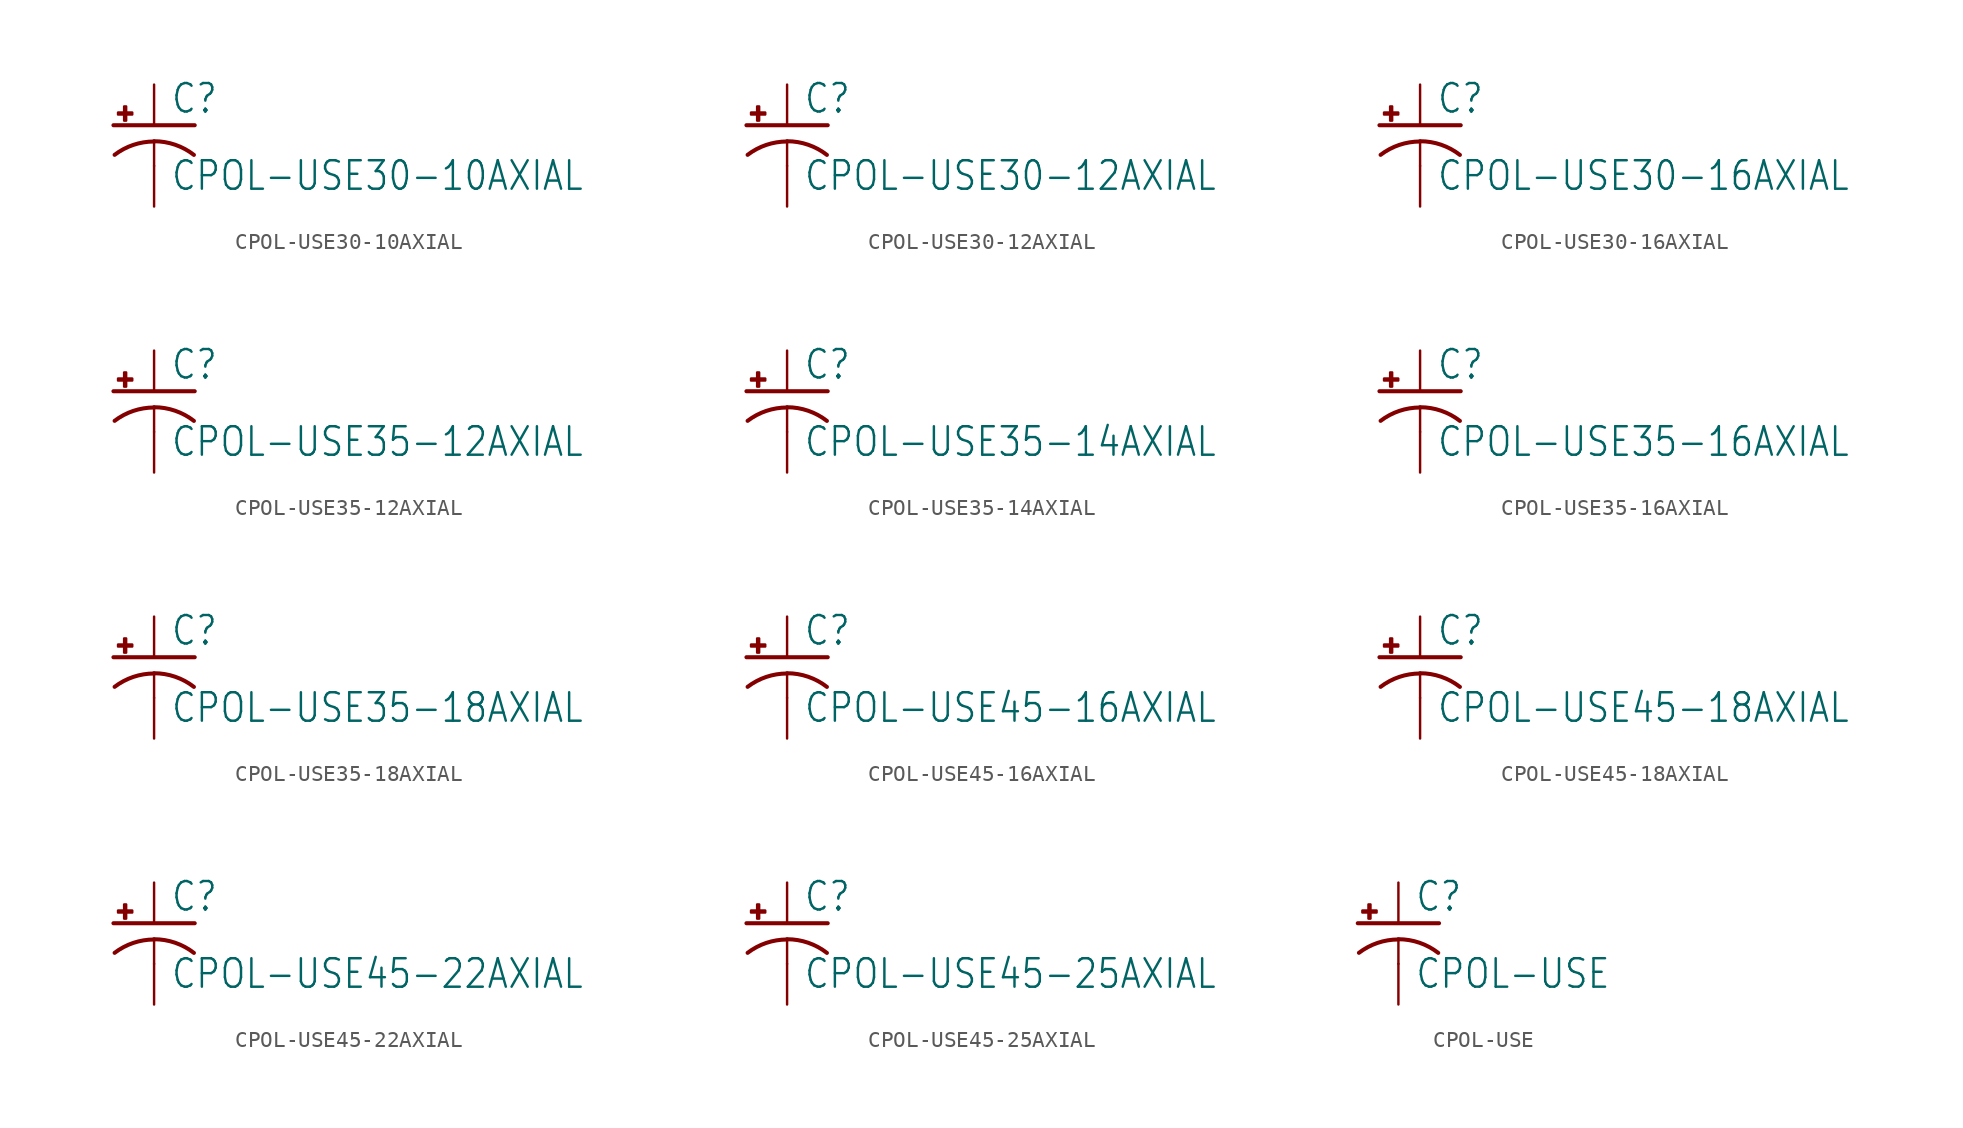
<source format=kicad_sym>
(kicad_symbol_lib
  (version 20220331)
  (generator kicad_symbol_editor)
  (symbol "CPOL-USE30-10AXIAL"
    (property "Reference" "C"
      (at 1.016 0.635 0)
      (effects (font (size 1.778 1.511)) (justify left bottom)))
    (property "Value" "CPOL-USE30-10AXIAL"
      (at 1.016 -4.191 0)
      (effects (font (size 1.778 1.511)) (justify left bottom)))
    (property "ki_locked" ""
      (at 0 0 0)
      (effects (font (size 1.27 1.27))))
    (symbol "CPOL-USE30-10AXIAL_1_0"
      (rectangle (start -2.253 0.668) (end -1.364 0.795) (stroke (width 0) (type default)) (fill (type outline)))
      (rectangle (start -1.872 0.287) (end -1.745 1.176) (stroke (width 0) (type default)) (fill (type outline)))
      (arc (start 0 -1.0161) (mid -1.3021 -1.2302) (end -2.4669 -1.8504) (stroke (width 0.254) (type solid)) (fill (type none)))
      (polyline (pts (xy -2.54 0) (xy 2.54 0)) (stroke (width 0.254) (type solid)) (fill (type none)))
      (polyline (pts (xy 0 -1.016) (xy 0 -2.54)) (stroke (width 0.152) (type solid)) (fill (type none)))
      (arc (start 2.4892 -1.8542) (mid 1.3158 -1.2195) (end 0 -1) (stroke (width 0.254) (type solid)) (fill (type none)))
      (pin passive line (at 0 2.54 270) (length 2.54) (name "+" (effects (font (size 0 0)))) (number "+" (effects (font (size 0 0)))))
      (pin passive line (at 0 -5.08 90) (length 2.54) (name "-" (effects (font (size 0 0)))) (number "-" (effects (font (size 0 0)))))))
  (symbol "CPOL-USE30-12AXIAL"
    (property "Reference" "C"
      (at 1.016 0.635 0)
      (effects (font (size 1.778 1.511)) (justify left bottom)))
    (property "Value" "CPOL-USE30-12AXIAL"
      (at 1.016 -4.191 0)
      (effects (font (size 1.778 1.511)) (justify left bottom)))
    (property "ki_locked" ""
      (at 0 0 0)
      (effects (font (size 1.27 1.27))))
    (symbol "CPOL-USE30-12AXIAL_1_0"
      (rectangle (start -2.253 0.668) (end -1.364 0.795) (stroke (width 0) (type default)) (fill (type outline)))
      (rectangle (start -1.872 0.287) (end -1.745 1.176) (stroke (width 0) (type default)) (fill (type outline)))
      (arc (start 0 -1.0161) (mid -1.3021 -1.2302) (end -2.4669 -1.8504) (stroke (width 0.254) (type solid)) (fill (type none)))
      (polyline (pts (xy -2.54 0) (xy 2.54 0)) (stroke (width 0.254) (type solid)) (fill (type none)))
      (polyline (pts (xy 0 -1.016) (xy 0 -2.54)) (stroke (width 0.152) (type solid)) (fill (type none)))
      (arc (start 2.4892 -1.8542) (mid 1.3158 -1.2195) (end 0 -1) (stroke (width 0.254) (type solid)) (fill (type none)))
      (pin passive line (at 0 2.54 270) (length 2.54) (name "+" (effects (font (size 0 0)))) (number "+" (effects (font (size 0 0)))))
      (pin passive line (at 0 -5.08 90) (length 2.54) (name "-" (effects (font (size 0 0)))) (number "-" (effects (font (size 0 0)))))))
  (symbol "CPOL-USE30-16AXIAL"
    (property "Reference" "C"
      (at 1.016 0.635 0)
      (effects (font (size 1.778 1.511)) (justify left bottom)))
    (property "Value" "CPOL-USE30-16AXIAL"
      (at 1.016 -4.191 0)
      (effects (font (size 1.778 1.511)) (justify left bottom)))
    (property "ki_locked" ""
      (at 0 0 0)
      (effects (font (size 1.27 1.27))))
    (symbol "CPOL-USE30-16AXIAL_1_0"
      (rectangle (start -2.253 0.668) (end -1.364 0.795) (stroke (width 0) (type default)) (fill (type outline)))
      (rectangle (start -1.872 0.287) (end -1.745 1.176) (stroke (width 0) (type default)) (fill (type outline)))
      (arc (start 0 -1.0161) (mid -1.3021 -1.2302) (end -2.4669 -1.8504) (stroke (width 0.254) (type solid)) (fill (type none)))
      (polyline (pts (xy -2.54 0) (xy 2.54 0)) (stroke (width 0.254) (type solid)) (fill (type none)))
      (polyline (pts (xy 0 -1.016) (xy 0 -2.54)) (stroke (width 0.152) (type solid)) (fill (type none)))
      (arc (start 2.4892 -1.8542) (mid 1.3158 -1.2195) (end 0 -1) (stroke (width 0.254) (type solid)) (fill (type none)))
      (pin passive line (at 0 2.54 270) (length 2.54) (name "+" (effects (font (size 0 0)))) (number "+" (effects (font (size 0 0)))))
      (pin passive line (at 0 -5.08 90) (length 2.54) (name "-" (effects (font (size 0 0)))) (number "-" (effects (font (size 0 0)))))))
  (symbol "CPOL-USE35-12AXIAL"
    (property "Reference" "C"
      (at 1.016 0.635 0)
      (effects (font (size 1.778 1.511)) (justify left bottom)))
    (property "Value" "CPOL-USE35-12AXIAL"
      (at 1.016 -4.191 0)
      (effects (font (size 1.778 1.511)) (justify left bottom)))
    (property "ki_locked" ""
      (at 0 0 0)
      (effects (font (size 1.27 1.27))))
    (symbol "CPOL-USE35-12AXIAL_1_0"
      (rectangle (start -2.253 0.668) (end -1.364 0.795) (stroke (width 0) (type default)) (fill (type outline)))
      (rectangle (start -1.872 0.287) (end -1.745 1.176) (stroke (width 0) (type default)) (fill (type outline)))
      (arc (start 0 -1.0161) (mid -1.3021 -1.2302) (end -2.4669 -1.8504) (stroke (width 0.254) (type solid)) (fill (type none)))
      (polyline (pts (xy -2.54 0) (xy 2.54 0)) (stroke (width 0.254) (type solid)) (fill (type none)))
      (polyline (pts (xy 0 -1.016) (xy 0 -2.54)) (stroke (width 0.152) (type solid)) (fill (type none)))
      (arc (start 2.4892 -1.8542) (mid 1.3158 -1.2195) (end 0 -1) (stroke (width 0.254) (type solid)) (fill (type none)))
      (pin passive line (at 0 2.54 270) (length 2.54) (name "+" (effects (font (size 0 0)))) (number "+" (effects (font (size 0 0)))))
      (pin passive line (at 0 -5.08 90) (length 2.54) (name "-" (effects (font (size 0 0)))) (number "-" (effects (font (size 0 0)))))))
  (symbol "CPOL-USE35-14AXIAL"
    (property "Reference" "C"
      (at 1.016 0.635 0)
      (effects (font (size 1.778 1.511)) (justify left bottom)))
    (property "Value" "CPOL-USE35-14AXIAL"
      (at 1.016 -4.191 0)
      (effects (font (size 1.778 1.511)) (justify left bottom)))
    (property "ki_locked" ""
      (at 0 0 0)
      (effects (font (size 1.27 1.27))))
    (symbol "CPOL-USE35-14AXIAL_1_0"
      (rectangle (start -2.253 0.668) (end -1.364 0.795) (stroke (width 0) (type default)) (fill (type outline)))
      (rectangle (start -1.872 0.287) (end -1.745 1.176) (stroke (width 0) (type default)) (fill (type outline)))
      (arc (start 0 -1.0161) (mid -1.3021 -1.2302) (end -2.4669 -1.8504) (stroke (width 0.254) (type solid)) (fill (type none)))
      (polyline (pts (xy -2.54 0) (xy 2.54 0)) (stroke (width 0.254) (type solid)) (fill (type none)))
      (polyline (pts (xy 0 -1.016) (xy 0 -2.54)) (stroke (width 0.152) (type solid)) (fill (type none)))
      (arc (start 2.4892 -1.8542) (mid 1.3158 -1.2195) (end 0 -1) (stroke (width 0.254) (type solid)) (fill (type none)))
      (pin passive line (at 0 2.54 270) (length 2.54) (name "+" (effects (font (size 0 0)))) (number "+" (effects (font (size 0 0)))))
      (pin passive line (at 0 -5.08 90) (length 2.54) (name "-" (effects (font (size 0 0)))) (number "-" (effects (font (size 0 0)))))))
  (symbol "CPOL-USE35-16AXIAL"
    (property "Reference" "C"
      (at 1.016 0.635 0)
      (effects (font (size 1.778 1.511)) (justify left bottom)))
    (property "Value" "CPOL-USE35-16AXIAL"
      (at 1.016 -4.191 0)
      (effects (font (size 1.778 1.511)) (justify left bottom)))
    (property "ki_locked" ""
      (at 0 0 0)
      (effects (font (size 1.27 1.27))))
    (symbol "CPOL-USE35-16AXIAL_1_0"
      (rectangle (start -2.253 0.668) (end -1.364 0.795) (stroke (width 0) (type default)) (fill (type outline)))
      (rectangle (start -1.872 0.287) (end -1.745 1.176) (stroke (width 0) (type default)) (fill (type outline)))
      (arc (start 0 -1.0161) (mid -1.3021 -1.2302) (end -2.4669 -1.8504) (stroke (width 0.254) (type solid)) (fill (type none)))
      (polyline (pts (xy -2.54 0) (xy 2.54 0)) (stroke (width 0.254) (type solid)) (fill (type none)))
      (polyline (pts (xy 0 -1.016) (xy 0 -2.54)) (stroke (width 0.152) (type solid)) (fill (type none)))
      (arc (start 2.4892 -1.8542) (mid 1.3158 -1.2195) (end 0 -1) (stroke (width 0.254) (type solid)) (fill (type none)))
      (pin passive line (at 0 2.54 270) (length 2.54) (name "+" (effects (font (size 0 0)))) (number "+" (effects (font (size 0 0)))))
      (pin passive line (at 0 -5.08 90) (length 2.54) (name "-" (effects (font (size 0 0)))) (number "-" (effects (font (size 0 0)))))))
  (symbol "CPOL-USE35-18AXIAL"
    (property "Reference" "C"
      (at 1.016 0.635 0)
      (effects (font (size 1.778 1.511)) (justify left bottom)))
    (property "Value" "CPOL-USE35-18AXIAL"
      (at 1.016 -4.191 0)
      (effects (font (size 1.778 1.511)) (justify left bottom)))
    (property "ki_locked" ""
      (at 0 0 0)
      (effects (font (size 1.27 1.27))))
    (symbol "CPOL-USE35-18AXIAL_1_0"
      (rectangle (start -2.253 0.668) (end -1.364 0.795) (stroke (width 0) (type default)) (fill (type outline)))
      (rectangle (start -1.872 0.287) (end -1.745 1.176) (stroke (width 0) (type default)) (fill (type outline)))
      (arc (start 0 -1.0161) (mid -1.3021 -1.2302) (end -2.4669 -1.8504) (stroke (width 0.254) (type solid)) (fill (type none)))
      (polyline (pts (xy -2.54 0) (xy 2.54 0)) (stroke (width 0.254) (type solid)) (fill (type none)))
      (polyline (pts (xy 0 -1.016) (xy 0 -2.54)) (stroke (width 0.152) (type solid)) (fill (type none)))
      (arc (start 2.4892 -1.8542) (mid 1.3158 -1.2195) (end 0 -1) (stroke (width 0.254) (type solid)) (fill (type none)))
      (pin passive line (at 0 2.54 270) (length 2.54) (name "+" (effects (font (size 0 0)))) (number "+" (effects (font (size 0 0)))))
      (pin passive line (at 0 -5.08 90) (length 2.54) (name "-" (effects (font (size 0 0)))) (number "-" (effects (font (size 0 0)))))))
  (symbol "CPOL-USE45-16AXIAL"
    (property "Reference" "C"
      (at 1.016 0.635 0)
      (effects (font (size 1.778 1.511)) (justify left bottom)))
    (property "Value" "CPOL-USE45-16AXIAL"
      (at 1.016 -4.191 0)
      (effects (font (size 1.778 1.511)) (justify left bottom)))
    (property "ki_locked" ""
      (at 0 0 0)
      (effects (font (size 1.27 1.27))))
    (symbol "CPOL-USE45-16AXIAL_1_0"
      (rectangle (start -2.253 0.668) (end -1.364 0.795) (stroke (width 0) (type default)) (fill (type outline)))
      (rectangle (start -1.872 0.287) (end -1.745 1.176) (stroke (width 0) (type default)) (fill (type outline)))
      (arc (start 0 -1.0161) (mid -1.3021 -1.2302) (end -2.4669 -1.8504) (stroke (width 0.254) (type solid)) (fill (type none)))
      (polyline (pts (xy -2.54 0) (xy 2.54 0)) (stroke (width 0.254) (type solid)) (fill (type none)))
      (polyline (pts (xy 0 -1.016) (xy 0 -2.54)) (stroke (width 0.152) (type solid)) (fill (type none)))
      (arc (start 2.4892 -1.8542) (mid 1.3158 -1.2195) (end 0 -1) (stroke (width 0.254) (type solid)) (fill (type none)))
      (pin passive line (at 0 2.54 270) (length 2.54) (name "+" (effects (font (size 0 0)))) (number "+" (effects (font (size 0 0)))))
      (pin passive line (at 0 -5.08 90) (length 2.54) (name "-" (effects (font (size 0 0)))) (number "-" (effects (font (size 0 0)))))))
  (symbol "CPOL-USE45-18AXIAL"
    (property "Reference" "C"
      (at 1.016 0.635 0)
      (effects (font (size 1.778 1.511)) (justify left bottom)))
    (property "Value" "CPOL-USE45-18AXIAL"
      (at 1.016 -4.191 0)
      (effects (font (size 1.778 1.511)) (justify left bottom)))
    (property "ki_locked" ""
      (at 0 0 0)
      (effects (font (size 1.27 1.27))))
    (symbol "CPOL-USE45-18AXIAL_1_0"
      (rectangle (start -2.253 0.668) (end -1.364 0.795) (stroke (width 0) (type default)) (fill (type outline)))
      (rectangle (start -1.872 0.287) (end -1.745 1.176) (stroke (width 0) (type default)) (fill (type outline)))
      (arc (start 0 -1.0161) (mid -1.3021 -1.2302) (end -2.4669 -1.8504) (stroke (width 0.254) (type solid)) (fill (type none)))
      (polyline (pts (xy -2.54 0) (xy 2.54 0)) (stroke (width 0.254) (type solid)) (fill (type none)))
      (polyline (pts (xy 0 -1.016) (xy 0 -2.54)) (stroke (width 0.152) (type solid)) (fill (type none)))
      (arc (start 2.4892 -1.8542) (mid 1.3158 -1.2195) (end 0 -1) (stroke (width 0.254) (type solid)) (fill (type none)))
      (pin passive line (at 0 2.54 270) (length 2.54) (name "+" (effects (font (size 0 0)))) (number "+" (effects (font (size 0 0)))))
      (pin passive line (at 0 -5.08 90) (length 2.54) (name "-" (effects (font (size 0 0)))) (number "-" (effects (font (size 0 0)))))))
  (symbol "CPOL-USE45-22AXIAL"
    (property "Reference" "C"
      (at 1.016 0.635 0)
      (effects (font (size 1.778 1.511)) (justify left bottom)))
    (property "Value" "CPOL-USE45-22AXIAL"
      (at 1.016 -4.191 0)
      (effects (font (size 1.778 1.511)) (justify left bottom)))
    (property "ki_locked" ""
      (at 0 0 0)
      (effects (font (size 1.27 1.27))))
    (symbol "CPOL-USE45-22AXIAL_1_0"
      (rectangle (start -2.253 0.668) (end -1.364 0.795) (stroke (width 0) (type default)) (fill (type outline)))
      (rectangle (start -1.872 0.287) (end -1.745 1.176) (stroke (width 0) (type default)) (fill (type outline)))
      (arc (start 0 -1.0161) (mid -1.3021 -1.2302) (end -2.4669 -1.8504) (stroke (width 0.254) (type solid)) (fill (type none)))
      (polyline (pts (xy -2.54 0) (xy 2.54 0)) (stroke (width 0.254) (type solid)) (fill (type none)))
      (polyline (pts (xy 0 -1.016) (xy 0 -2.54)) (stroke (width 0.152) (type solid)) (fill (type none)))
      (arc (start 2.4892 -1.8542) (mid 1.3158 -1.2195) (end 0 -1) (stroke (width 0.254) (type solid)) (fill (type none)))
      (pin passive line (at 0 2.54 270) (length 2.54) (name "+" (effects (font (size 0 0)))) (number "+" (effects (font (size 0 0)))))
      (pin passive line (at 0 -5.08 90) (length 2.54) (name "-" (effects (font (size 0 0)))) (number "-" (effects (font (size 0 0)))))))
  (symbol "CPOL-USE45-25AXIAL"
    (property "Reference" "C"
      (at 1.016 0.635 0)
      (effects (font (size 1.778 1.511)) (justify left bottom)))
    (property "Value" "CPOL-USE45-25AXIAL"
      (at 1.016 -4.191 0)
      (effects (font (size 1.778 1.511)) (justify left bottom)))
    (property "ki_locked" ""
      (at 0 0 0)
      (effects (font (size 1.27 1.27))))
    (symbol "CPOL-USE45-25AXIAL_1_0"
      (rectangle (start -2.253 0.668) (end -1.364 0.795) (stroke (width 0) (type default)) (fill (type outline)))
      (rectangle (start -1.872 0.287) (end -1.745 1.176) (stroke (width 0) (type default)) (fill (type outline)))
      (arc (start 0 -1.0161) (mid -1.3021 -1.2302) (end -2.4669 -1.8504) (stroke (width 0.254) (type solid)) (fill (type none)))
      (polyline (pts (xy -2.54 0) (xy 2.54 0)) (stroke (width 0.254) (type solid)) (fill (type none)))
      (polyline (pts (xy 0 -1.016) (xy 0 -2.54)) (stroke (width 0.152) (type solid)) (fill (type none)))
      (arc (start 2.4892 -1.8542) (mid 1.3158 -1.2195) (end 0 -1) (stroke (width 0.254) (type solid)) (fill (type none)))
      (pin passive line (at 0 2.54 270) (length 2.54) (name "+" (effects (font (size 0 0)))) (number "+" (effects (font (size 0 0)))))
      (pin passive line (at 0 -5.08 90) (length 2.54) (name "-" (effects (font (size 0 0)))) (number "-" (effects (font (size 0 0)))))))
  (symbol "CPOL-USE"
    (property "Reference" "C"
      (at 1.016 0.635 0)
      (effects (font (size 1.778 1.511)) (justify left bottom)))
    (property "Value" "CPOL-USE"
      (at 1.016 -4.191 0)
      (effects (font (size 1.778 1.511)) (justify left bottom)))
    (property "ki_locked" ""
      (at 0 0 0)
      (effects (font (size 1.27 1.27))))
    (symbol "CPOL-USE_1_0"
      (rectangle (start -2.253 0.668) (end -1.364 0.795) (stroke (width 0) (type default)) (fill (type outline)))
      (rectangle (start -1.872 0.287) (end -1.745 1.176) (stroke (width 0) (type default)) (fill (type outline)))
      (arc (start 0 -1.0161) (mid -1.3021 -1.2302) (end -2.4669 -1.8504) (stroke (width 0.254) (type solid)) (fill (type none)))
      (polyline (pts (xy -2.54 0) (xy 2.54 0)) (stroke (width 0.254) (type solid)) (fill (type none)))
      (polyline (pts (xy 0 -1.016) (xy 0 -2.54)) (stroke (width 0.152) (type solid)) (fill (type none)))
      (arc (start 2.4892 -1.8542) (mid 1.3158 -1.2195) (end 0 -1) (stroke (width 0.254) (type solid)) (fill (type none)))
      (pin passive line (at 0 2.54 270) (length 2.54) (name "+" (effects (font (size 0 0)))) (number "+" (effects (font (size 0 0)))))
      (pin passive line (at 0 -5.08 90) (length 2.54) (name "-" (effects (font (size 0 0)))) (number "-" (effects (font (size 0 0))))))))
</source>
